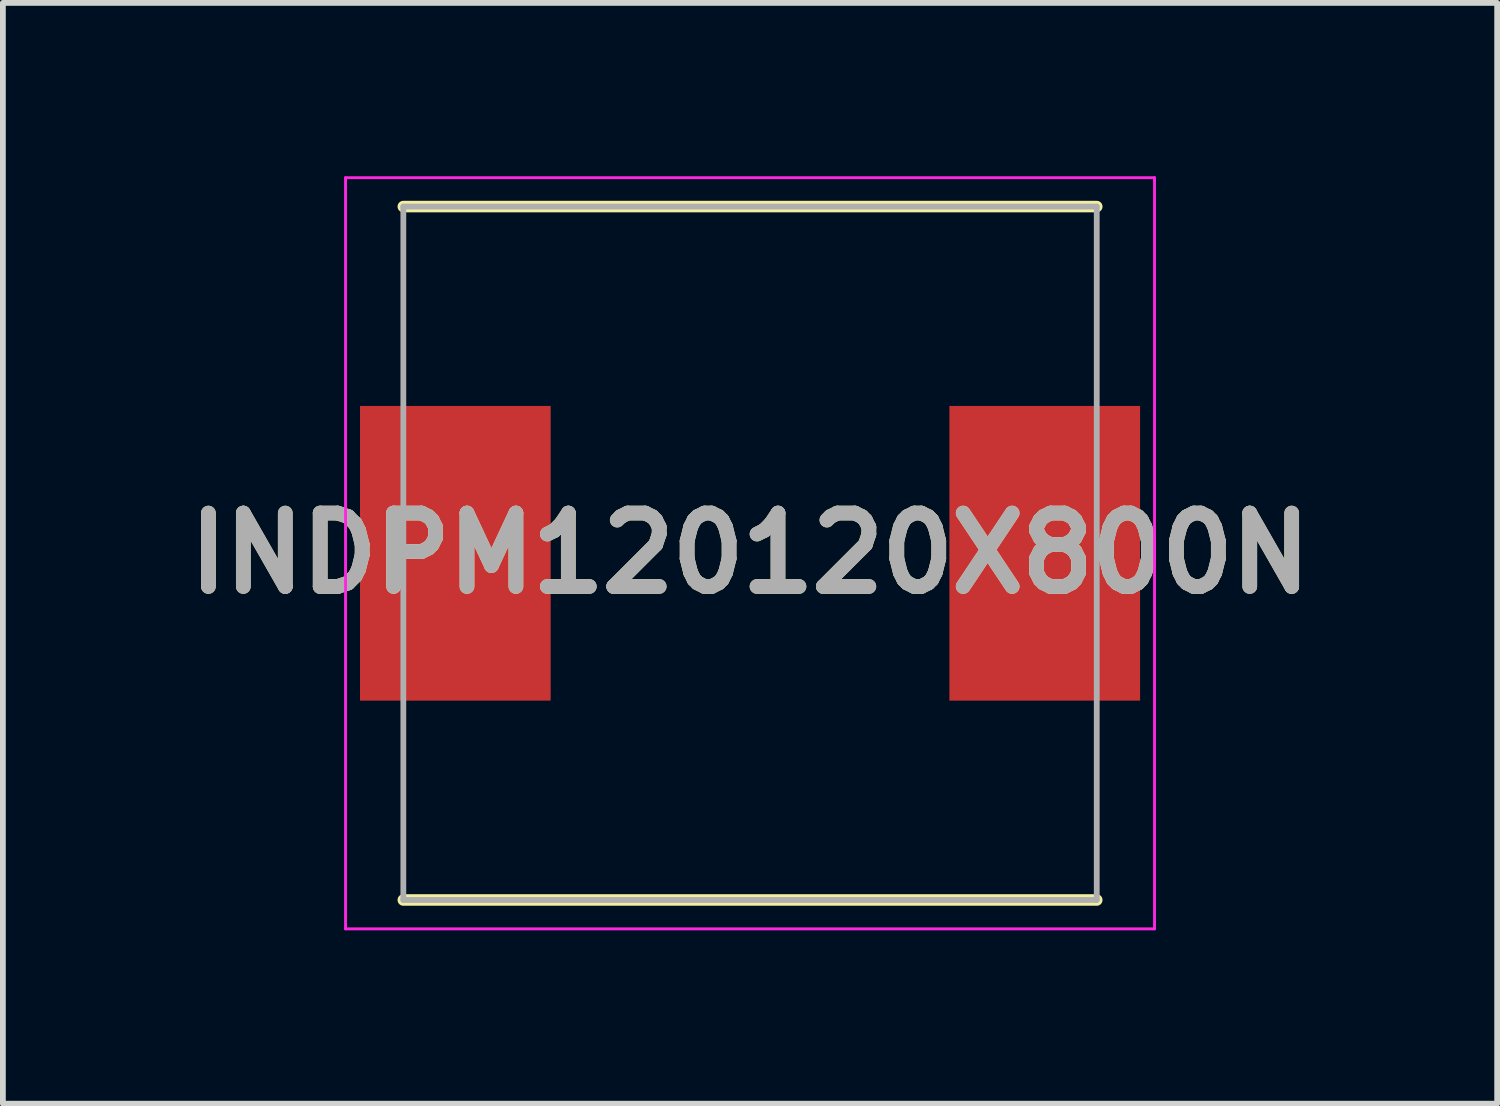
<source format=kicad_pcb>
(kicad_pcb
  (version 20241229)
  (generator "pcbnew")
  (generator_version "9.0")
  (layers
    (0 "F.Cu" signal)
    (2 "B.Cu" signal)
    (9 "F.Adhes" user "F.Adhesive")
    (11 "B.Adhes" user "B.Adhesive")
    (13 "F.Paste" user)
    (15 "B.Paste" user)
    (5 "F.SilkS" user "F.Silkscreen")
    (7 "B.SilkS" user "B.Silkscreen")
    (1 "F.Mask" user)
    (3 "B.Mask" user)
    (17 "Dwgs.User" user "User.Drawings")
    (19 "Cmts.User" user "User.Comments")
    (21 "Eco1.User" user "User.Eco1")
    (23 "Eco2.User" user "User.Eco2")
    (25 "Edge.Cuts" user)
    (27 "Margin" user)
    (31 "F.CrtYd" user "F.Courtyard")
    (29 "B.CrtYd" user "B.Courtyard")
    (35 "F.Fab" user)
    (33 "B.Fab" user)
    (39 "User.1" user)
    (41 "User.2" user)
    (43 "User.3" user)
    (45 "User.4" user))
  (footprint "INDPM120120X800N"
    (layer "F.Cu")
    (at 9.93 6.525)
    (property "Reference" "INDPM120120X800N" (at 0 0 0) (layer "F.SilkS") (effects (font (size 1.27 1.27) (thickness 0.254))))
    (attr smd)
    (fp_line (start -6 6) (end 6 6) (stroke (width 0.2) (type solid)) (layer "F.SilkS"))
    (fp_line (start 6 -6) (end -6 -6) (stroke (width 0.2) (type solid)) (layer "F.SilkS"))
    (fp_line (start -7 -6.5) (end 7 -6.5) (stroke (width 0.05) (type solid)) (layer "F.CrtYd"))
    (fp_line (start -7 6.5) (end -7 -6.5) (stroke (width 0.05) (type solid)) (layer "F.CrtYd"))
    (fp_line (start 7 -6.5) (end 7 6.5) (stroke (width 0.05) (type solid)) (layer "F.CrtYd"))
    (fp_line (start 7 6.5) (end -7 6.5) (stroke (width 0.05) (type solid)) (layer "F.CrtYd"))
    (fp_line (start -6 -6) (end 6 -6) (stroke (width 0.1) (type solid)) (layer "F.Fab"))
    (fp_line (start -6 6) (end -6 -6) (stroke (width 0.1) (type solid)) (layer "F.Fab"))
    (fp_line (start 6 -6) (end 6 6) (stroke (width 0.1) (type solid)) (layer "F.Fab"))
    (fp_line (start 6 6) (end -6 6) (stroke (width 0.1) (type solid)) (layer "F.Fab"))
    (fp_text user "${REFERENCE}" (at 0 0 0) (layer "F.Fab") (effects (font (size 1.27 1.27) (thickness 0.254))))
    (pad "1" smd rect (at -5.1 0) (size 3.3 5.1) (layers "F.Cu" "F.Mask" "F.Paste"))
    (pad "2" smd rect (at 5.1 0) (size 3.3 5.1) (layers "F.Cu" "F.Mask" "F.Paste")))
  (gr_rect
    (start -3 -3)
    (end 22.86 16.05)
    (stroke (width 0.1) (type default))
    (fill no)
    (layer "Edge.Cuts")))
</source>
